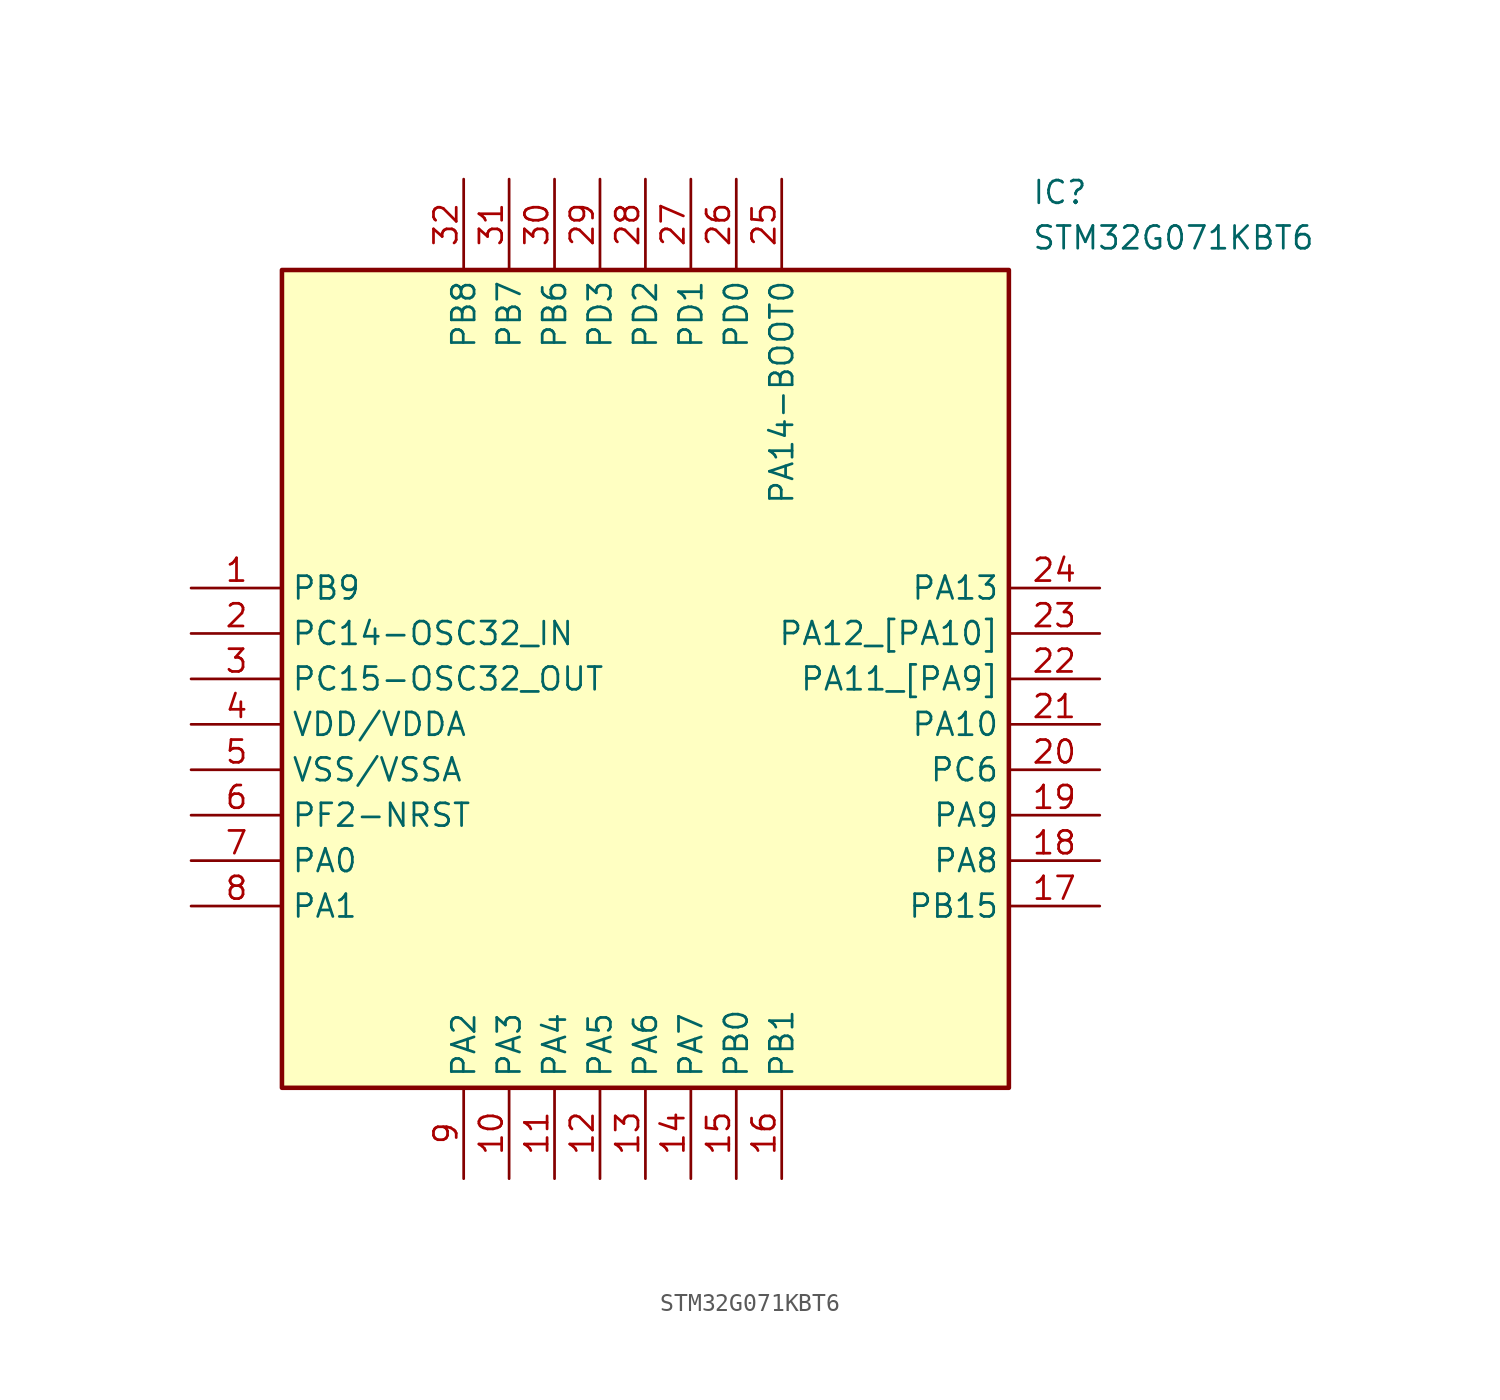
<source format=kicad_sym>
(kicad_symbol_lib
  (version 20211014)
  (generator SamacSys_ECAD_Model)
  (symbol "STM32G071KBT6"
    (property "Reference" "IC"
      (at 46.99 22.86 0)
      (effects (font (size 1.27 1.27)) (justify left top)))
    (property "Value" "STM32G071KBT6"
      (at 46.99 20.32 0)
      (effects (font (size 1.27 1.27)) (justify left top)))
    (rectangle
      (start 5.08 17.78)
      (end 45.72 -27.94)
      (stroke (width 0.254) (type default))
      (fill (type background)))
    (pin passive line
      (at 0 0 0)
      (length 5.08)
      (name "PB9" (effects (font (size 1.27 1.27))))
      (number "1" (effects (font (size 1.27 1.27)))))
    (pin passive line
      (at 0 -2.54 0)
      (length 5.08)
      (name "PC14-OSC32_IN" (effects (font (size 1.27 1.27))))
      (number "2" (effects (font (size 1.27 1.27)))))
    (pin passive line
      (at 0 -5.08 0)
      (length 5.08)
      (name "PC15-OSC32_OUT" (effects (font (size 1.27 1.27))))
      (number "3" (effects (font (size 1.27 1.27)))))
    (pin passive line
      (at 0 -7.62 0)
      (length 5.08)
      (name "VDD/VDDA" (effects (font (size 1.27 1.27))))
      (number "4" (effects (font (size 1.27 1.27)))))
    (pin passive line
      (at 0 -10.16 0)
      (length 5.08)
      (name "VSS/VSSA" (effects (font (size 1.27 1.27))))
      (number "5" (effects (font (size 1.27 1.27)))))
    (pin passive line
      (at 0 -12.7 0)
      (length 5.08)
      (name "PF2-NRST" (effects (font (size 1.27 1.27))))
      (number "6" (effects (font (size 1.27 1.27)))))
    (pin passive line
      (at 0 -15.24 0)
      (length 5.08)
      (name "PA0" (effects (font (size 1.27 1.27))))
      (number "7" (effects (font (size 1.27 1.27)))))
    (pin passive line
      (at 0 -17.78 0)
      (length 5.08)
      (name "PA1" (effects (font (size 1.27 1.27))))
      (number "8" (effects (font (size 1.27 1.27)))))
    (pin passive line
      (at 15.24 -33.02 90)
      (length 5.08)
      (name "PA2" (effects (font (size 1.27 1.27))))
      (number "9" (effects (font (size 1.27 1.27)))))
    (pin passive line
      (at 17.78 -33.02 90)
      (length 5.08)
      (name "PA3" (effects (font (size 1.27 1.27))))
      (number "10" (effects (font (size 1.27 1.27)))))
    (pin passive line
      (at 20.32 -33.02 90)
      (length 5.08)
      (name "PA4" (effects (font (size 1.27 1.27))))
      (number "11" (effects (font (size 1.27 1.27)))))
    (pin passive line
      (at 22.86 -33.02 90)
      (length 5.08)
      (name "PA5" (effects (font (size 1.27 1.27))))
      (number "12" (effects (font (size 1.27 1.27)))))
    (pin passive line
      (at 25.4 -33.02 90)
      (length 5.08)
      (name "PA6" (effects (font (size 1.27 1.27))))
      (number "13" (effects (font (size 1.27 1.27)))))
    (pin passive line
      (at 27.94 -33.02 90)
      (length 5.08)
      (name "PA7" (effects (font (size 1.27 1.27))))
      (number "14" (effects (font (size 1.27 1.27)))))
    (pin passive line
      (at 30.48 -33.02 90)
      (length 5.08)
      (name "PB0" (effects (font (size 1.27 1.27))))
      (number "15" (effects (font (size 1.27 1.27)))))
    (pin passive line
      (at 33.02 -33.02 90)
      (length 5.08)
      (name "PB1" (effects (font (size 1.27 1.27))))
      (number "16" (effects (font (size 1.27 1.27)))))
    (pin passive line
      (at 50.8 0 180)
      (length 5.08)
      (name "PA13" (effects (font (size 1.27 1.27))))
      (number "24" (effects (font (size 1.27 1.27)))))
    (pin passive line
      (at 50.8 -2.54 180)
      (length 5.08)
      (name "PA12_[PA10]" (effects (font (size 1.27 1.27))))
      (number "23" (effects (font (size 1.27 1.27)))))
    (pin passive line
      (at 50.8 -5.08 180)
      (length 5.08)
      (name "PA11_[PA9]" (effects (font (size 1.27 1.27))))
      (number "22" (effects (font (size 1.27 1.27)))))
    (pin passive line
      (at 50.8 -7.62 180)
      (length 5.08)
      (name "PA10" (effects (font (size 1.27 1.27))))
      (number "21" (effects (font (size 1.27 1.27)))))
    (pin passive line
      (at 50.8 -10.16 180)
      (length 5.08)
      (name "PC6" (effects (font (size 1.27 1.27))))
      (number "20" (effects (font (size 1.27 1.27)))))
    (pin passive line
      (at 50.8 -12.7 180)
      (length 5.08)
      (name "PA9" (effects (font (size 1.27 1.27))))
      (number "19" (effects (font (size 1.27 1.27)))))
    (pin passive line
      (at 50.8 -15.24 180)
      (length 5.08)
      (name "PA8" (effects (font (size 1.27 1.27))))
      (number "18" (effects (font (size 1.27 1.27)))))
    (pin passive line
      (at 50.8 -17.78 180)
      (length 5.08)
      (name "PB15" (effects (font (size 1.27 1.27))))
      (number "17" (effects (font (size 1.27 1.27)))))
    (pin passive line
      (at 15.24 22.86 270)
      (length 5.08)
      (name "PB8" (effects (font (size 1.27 1.27))))
      (number "32" (effects (font (size 1.27 1.27)))))
    (pin passive line
      (at 17.78 22.86 270)
      (length 5.08)
      (name "PB7" (effects (font (size 1.27 1.27))))
      (number "31" (effects (font (size 1.27 1.27)))))
    (pin passive line
      (at 20.32 22.86 270)
      (length 5.08)
      (name "PB6" (effects (font (size 1.27 1.27))))
      (number "30" (effects (font (size 1.27 1.27)))))
    (pin passive line
      (at 22.86 22.86 270)
      (length 5.08)
      (name "PD3" (effects (font (size 1.27 1.27))))
      (number "29" (effects (font (size 1.27 1.27)))))
    (pin passive line
      (at 25.4 22.86 270)
      (length 5.08)
      (name "PD2" (effects (font (size 1.27 1.27))))
      (number "28" (effects (font (size 1.27 1.27)))))
    (pin passive line
      (at 27.94 22.86 270)
      (length 5.08)
      (name "PD1" (effects (font (size 1.27 1.27))))
      (number "27" (effects (font (size 1.27 1.27)))))
    (pin passive line
      (at 30.48 22.86 270)
      (length 5.08)
      (name "PD0" (effects (font (size 1.27 1.27))))
      (number "26" (effects (font (size 1.27 1.27)))))
    (pin passive line
      (at 33.02 22.86 270)
      (length 5.08)
      (name "PA14-BOOT0" (effects (font (size 1.27 1.27))))
      (number "25" (effects (font (size 1.27 1.27)))))))
</source>
